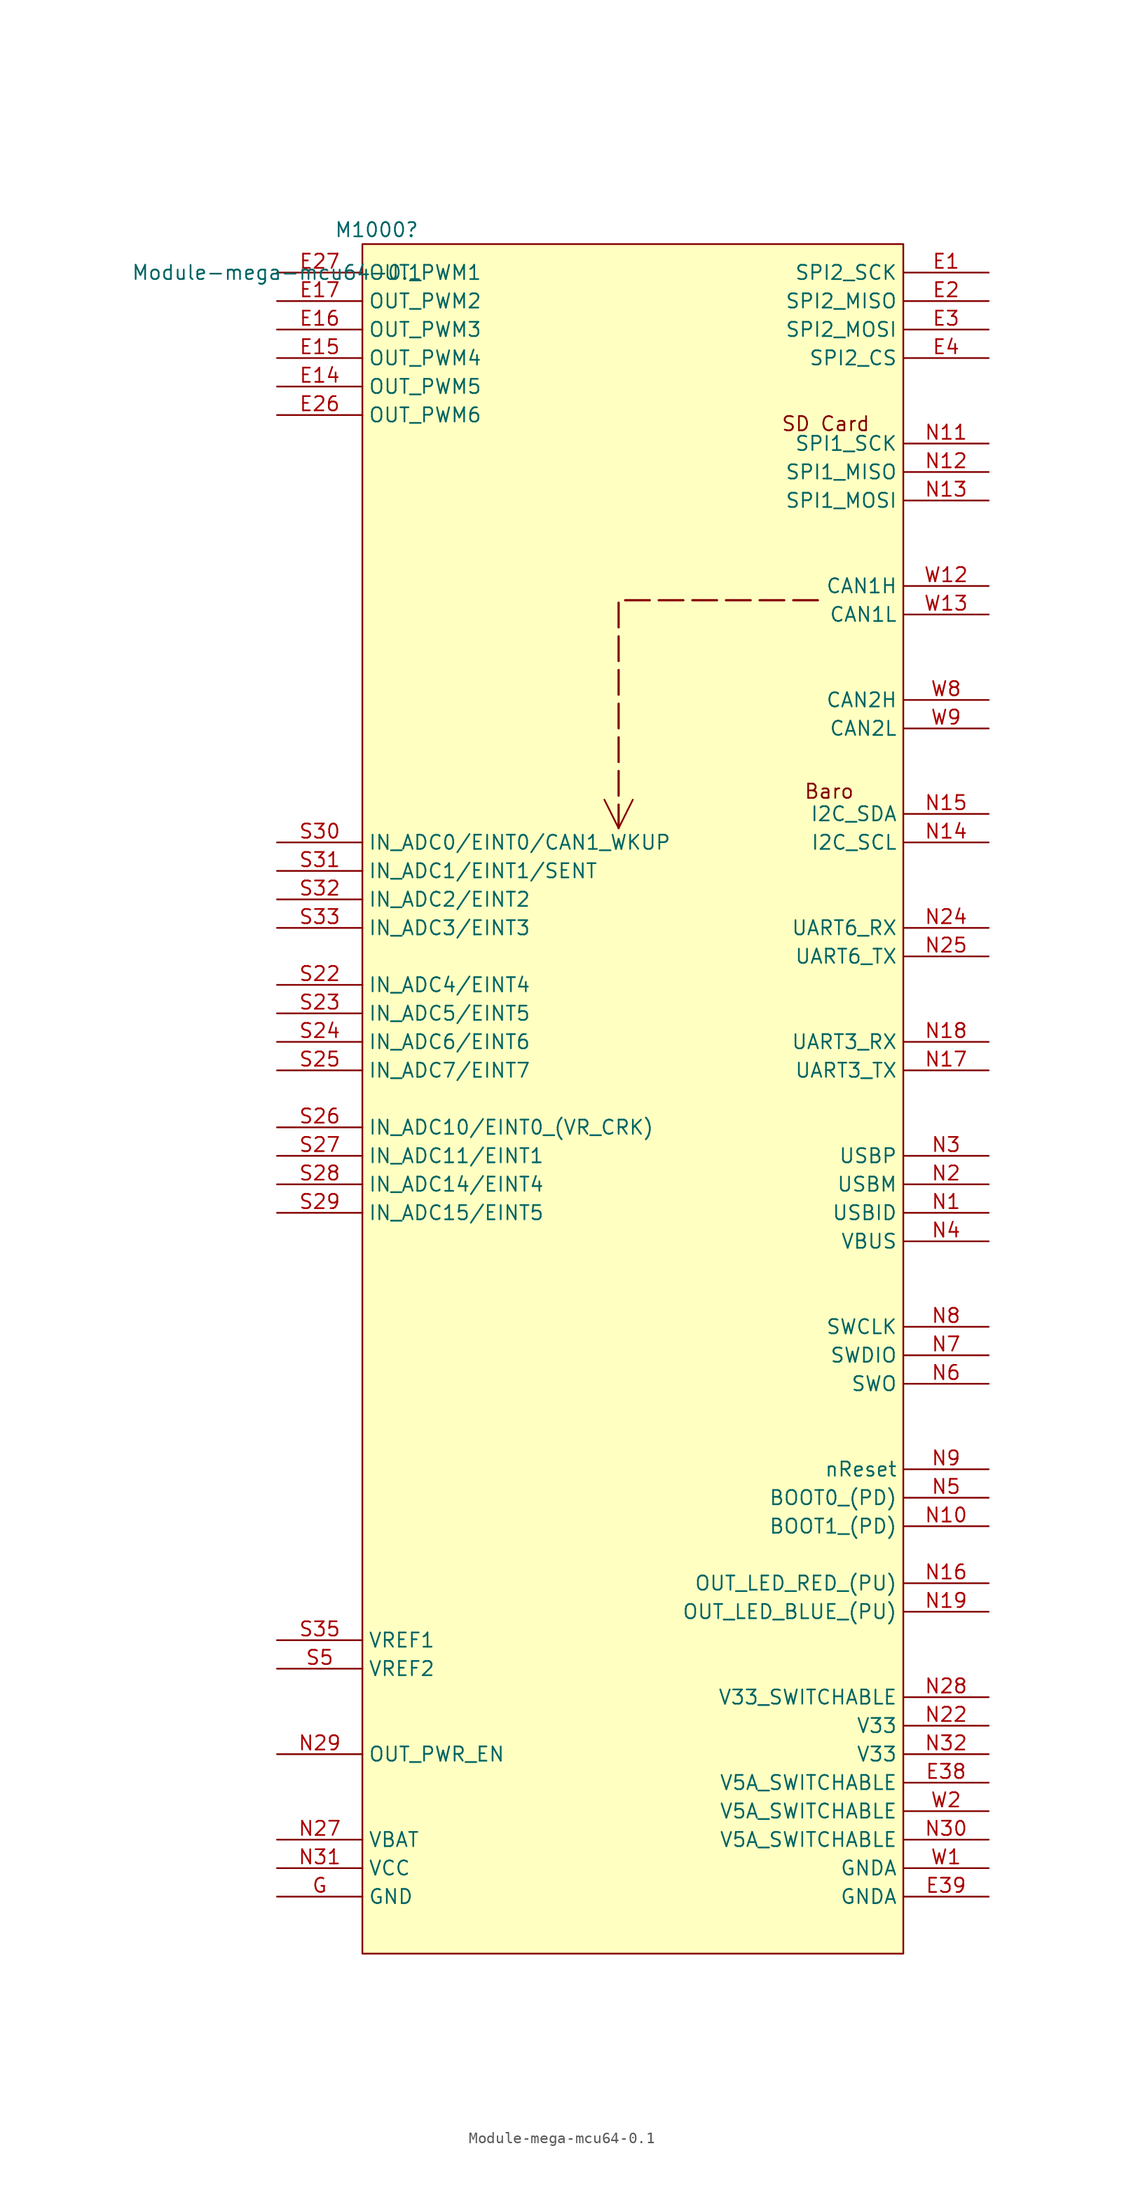
<source format=kicad_sym>
(kicad_symbol_lib
  (version 20220914)
  (generator kicad_symbol_editor)
  (symbol "Module-mega-mcu64-0.1"
    (property "Reference" "M1000"
      (at 8.89 3.81 0)
      (effects (font (size 1.27 1.27))))
    (property "Value" "Module-mega-mcu64-0.1"
      (at 0 0 0)
      (effects (font (size 1.27 1.27))))
    (symbol "Module-mega-mcu64-0.1_1_0"
      (rectangle (start 7.62 2.54) (end 55.88 -149.86) (stroke (width 0) (type solid)) (fill (type background)))
      (text "Baro" (at 46.99 -46.99 0) (effects (font (size 1.27 1.27)) (justify left bottom)))
      (text "SD Card" (at 44.958 -14.224 0) (effects (font (size 1.27 1.27)) (justify left bottom)))
      (pin passive line (at 63.5 0 180) (length 7.62) (name "SPI2_SCK" (effects (font (size 1.27 1.27)))) (number "E1" (effects (font (size 1.27 1.27)))))
      (pin passive line (at 0 -10.16 0) (length 7.62) (name "OUT_PWM5" (effects (font (size 1.27 1.27)))) (number "E14" (effects (font (size 1.27 1.27)))))
      (pin passive line (at 0 -7.62 0) (length 7.62) (name "OUT_PWM4" (effects (font (size 1.27 1.27)))) (number "E15" (effects (font (size 1.27 1.27)))))
      (pin passive line (at 0 -5.08 0) (length 7.62) (name "OUT_PWM3" (effects (font (size 1.27 1.27)))) (number "E16" (effects (font (size 1.27 1.27)))))
      (pin passive line (at 0 -2.54 0) (length 7.62) (name "OUT_PWM2" (effects (font (size 1.27 1.27)))) (number "E17" (effects (font (size 1.27 1.27)))))
      (pin passive line (at 63.5 -2.54 180) (length 7.62) (name "SPI2_MISO" (effects (font (size 1.27 1.27)))) (number "E2" (effects (font (size 1.27 1.27)))))
      (pin passive line (at 0 -12.7 0) (length 7.62) (name "OUT_PWM6" (effects (font (size 1.27 1.27)))) (number "E26" (effects (font (size 1.27 1.27)))))
      (pin passive line (at 0 0 0) (length 7.62) (name "OUT_PWM1" (effects (font (size 1.27 1.27)))) (number "E27" (effects (font (size 1.27 1.27)))))
      (pin passive line (at 63.5 -5.08 180) (length 7.62) (name "SPI2_MOSI" (effects (font (size 1.27 1.27)))) (number "E3" (effects (font (size 1.27 1.27)))))
      (pin passive line (at 63.5 -134.62 180) (length 7.62) (name "V5A_SWITCHABLE" (effects (font (size 1.27 1.27)))) (number "E38" (effects (font (size 1.27 1.27)))))
      (pin passive line (at 63.5 -144.78 180) (length 7.62) (name "GNDA" (effects (font (size 1.27 1.27)))) (number "E39" (effects (font (size 1.27 1.27)))))
      (pin passive line (at 63.5 -7.62 180) (length 7.62) (name "SPI2_CS" (effects (font (size 1.27 1.27)))) (number "E4" (effects (font (size 1.27 1.27)))))
      (pin passive line (at 0 -144.78 0) (length 7.62) (name "GND" (effects (font (size 1.27 1.27)))) (number "G" (effects (font (size 1.27 1.27)))))
      (pin passive line (at 63.5 -83.82 180) (length 7.62) (name "USBID" (effects (font (size 1.27 1.27)))) (number "N1" (effects (font (size 1.27 1.27)))))
      (pin passive line (at 63.5 -111.76 180) (length 7.62) (name "BOOT1_(PD)" (effects (font (size 1.27 1.27)))) (number "N10" (effects (font (size 1.27 1.27)))))
      (pin passive line (at 63.5 -15.24 180) (length 7.62) (name "SPI1_SCK" (effects (font (size 1.27 1.27)))) (number "N11" (effects (font (size 1.27 1.27)))))
      (pin passive line (at 63.5 -17.78 180) (length 7.62) (name "SPI1_MISO" (effects (font (size 1.27 1.27)))) (number "N12" (effects (font (size 1.27 1.27)))))
      (pin passive line (at 63.5 -20.32 180) (length 7.62) (name "SPI1_MOSI" (effects (font (size 1.27 1.27)))) (number "N13" (effects (font (size 1.27 1.27)))))
      (pin passive line (at 63.5 -50.8 180) (length 7.62) (name "I2C_SCL" (effects (font (size 1.27 1.27)))) (number "N14" (effects (font (size 1.27 1.27)))))
      (pin passive line (at 63.5 -48.26 180) (length 7.62) (name "I2C_SDA" (effects (font (size 1.27 1.27)))) (number "N15" (effects (font (size 1.27 1.27)))))
      (pin passive line (at 63.5 -116.84 180) (length 7.62) (name "OUT_LED_RED_(PU)" (effects (font (size 1.27 1.27)))) (number "N16" (effects (font (size 1.27 1.27)))))
      (pin passive line (at 63.5 -71.12 180) (length 7.62) (name "UART3_TX" (effects (font (size 1.27 1.27)))) (number "N17" (effects (font (size 1.27 1.27)))))
      (pin passive line (at 63.5 -68.58 180) (length 7.62) (name "UART3_RX" (effects (font (size 1.27 1.27)))) (number "N18" (effects (font (size 1.27 1.27)))))
      (pin passive line (at 63.5 -119.38 180) (length 7.62) (name "OUT_LED_BLUE_(PU)" (effects (font (size 1.27 1.27)))) (number "N19" (effects (font (size 1.27 1.27)))))
      (pin passive line (at 63.5 -81.28 180) (length 7.62) (name "USBM" (effects (font (size 1.27 1.27)))) (number "N2" (effects (font (size 1.27 1.27)))))
      (pin passive line (at 63.5 -129.54 180) (length 7.62) (name "V33" (effects (font (size 1.27 1.27)))) (number "N22" (effects (font (size 1.27 1.27)))))
      (pin passive line (at 63.5 -58.42 180) (length 7.62) (name "UART6_RX" (effects (font (size 1.27 1.27)))) (number "N24" (effects (font (size 1.27 1.27)))))
      (pin passive line (at 63.5 -60.96 180) (length 7.62) (name "UART6_TX" (effects (font (size 1.27 1.27)))) (number "N25" (effects (font (size 1.27 1.27)))))
      (pin passive line (at 0 -139.7 0) (length 7.62) (name "VBAT" (effects (font (size 1.27 1.27)))) (number "N27" (effects (font (size 1.27 1.27)))))
      (pin passive line (at 63.5 -127 180) (length 7.62) (name "V33_SWITCHABLE" (effects (font (size 1.27 1.27)))) (number "N28" (effects (font (size 1.27 1.27)))))
      (pin passive line (at 0 -132.08 0) (length 7.62) (name "OUT_PWR_EN" (effects (font (size 1.27 1.27)))) (number "N29" (effects (font (size 1.27 1.27)))))
      (pin passive line (at 63.5 -78.74 180) (length 7.62) (name "USBP" (effects (font (size 1.27 1.27)))) (number "N3" (effects (font (size 1.27 1.27)))))
      (pin passive line (at 63.5 -139.7 180) (length 7.62) (name "V5A_SWITCHABLE" (effects (font (size 1.27 1.27)))) (number "N30" (effects (font (size 1.27 1.27)))))
      (pin passive line (at 0 -142.24 0) (length 7.62) (name "VCC" (effects (font (size 1.27 1.27)))) (number "N31" (effects (font (size 1.27 1.27)))))
      (pin passive line (at 63.5 -132.08 180) (length 7.62) (name "V33" (effects (font (size 1.27 1.27)))) (number "N32" (effects (font (size 1.27 1.27)))))
      (pin passive line (at 63.5 -86.36 180) (length 7.62) (name "VBUS" (effects (font (size 1.27 1.27)))) (number "N4" (effects (font (size 1.27 1.27)))))
      (pin passive line (at 63.5 -109.22 180) (length 7.62) (name "BOOT0_(PD)" (effects (font (size 1.27 1.27)))) (number "N5" (effects (font (size 1.27 1.27)))))
      (pin passive line (at 63.5 -99.06 180) (length 7.62) (name "SWO" (effects (font (size 1.27 1.27)))) (number "N6" (effects (font (size 1.27 1.27)))))
      (pin passive line (at 63.5 -96.52 180) (length 7.62) (name "SWDIO" (effects (font (size 1.27 1.27)))) (number "N7" (effects (font (size 1.27 1.27)))))
      (pin passive line (at 63.5 -93.98 180) (length 7.62) (name "SWCLK" (effects (font (size 1.27 1.27)))) (number "N8" (effects (font (size 1.27 1.27)))))
      (pin passive line (at 63.5 -106.68 180) (length 7.62) (name "nReset" (effects (font (size 1.27 1.27)))) (number "N9" (effects (font (size 1.27 1.27)))))
      (pin passive line (at 0 -63.5 0) (length 7.62) (name "IN_ADC4/EINT4" (effects (font (size 1.27 1.27)))) (number "S22" (effects (font (size 1.27 1.27)))))
      (pin passive line (at 0 -66.04 0) (length 7.62) (name "IN_ADC5/EINT5" (effects (font (size 1.27 1.27)))) (number "S23" (effects (font (size 1.27 1.27)))))
      (pin passive line (at 0 -68.58 0) (length 7.62) (name "IN_ADC6/EINT6" (effects (font (size 1.27 1.27)))) (number "S24" (effects (font (size 1.27 1.27)))))
      (pin passive line (at 0 -71.12 0) (length 7.62) (name "IN_ADC7/EINT7" (effects (font (size 1.27 1.27)))) (number "S25" (effects (font (size 1.27 1.27)))))
      (pin passive line (at 0 -76.2 0) (length 7.62) (name "IN_ADC10/EINT0_(VR_CRK)" (effects (font (size 1.27 1.27)))) (number "S26" (effects (font (size 1.27 1.27)))))
      (pin passive line (at 0 -78.74 0) (length 7.62) (name "IN_ADC11/EINT1" (effects (font (size 1.27 1.27)))) (number "S27" (effects (font (size 1.27 1.27)))))
      (pin passive line (at 0 -81.28 0) (length 7.62) (name "IN_ADC14/EINT4" (effects (font (size 1.27 1.27)))) (number "S28" (effects (font (size 1.27 1.27)))))
      (pin passive line (at 0 -83.82 0) (length 7.62) (name "IN_ADC15/EINT5" (effects (font (size 1.27 1.27)))) (number "S29" (effects (font (size 1.27 1.27)))))
      (pin passive line (at 0 -50.8 0) (length 7.62) (name "IN_ADC0/EINT0/CAN1_WKUP" (effects (font (size 1.27 1.27)))) (number "S30" (effects (font (size 1.27 1.27)))))
      (pin passive line (at 0 -53.34 0) (length 7.62) (name "IN_ADC1/EINT1/SENT" (effects (font (size 1.27 1.27)))) (number "S31" (effects (font (size 1.27 1.27)))))
      (pin passive line (at 0 -55.88 0) (length 7.62) (name "IN_ADC2/EINT2" (effects (font (size 1.27 1.27)))) (number "S32" (effects (font (size 1.27 1.27)))))
      (pin passive line (at 0 -58.42 0) (length 7.62) (name "IN_ADC3/EINT3" (effects (font (size 1.27 1.27)))) (number "S33" (effects (font (size 1.27 1.27)))))
      (pin passive line (at 0 -121.92 0) (length 7.62) (name "VREF1" (effects (font (size 1.27 1.27)))) (number "S35" (effects (font (size 1.27 1.27)))))
      (pin passive line (at 0 -124.46 0) (length 7.62) (name "VREF2" (effects (font (size 1.27 1.27)))) (number "S5" (effects (font (size 1.27 1.27)))))
      (pin passive line (at 63.5 -142.24 180) (length 7.62) (name "GNDA" (effects (font (size 1.27 1.27)))) (number "W1" (effects (font (size 1.27 1.27)))))
      (pin passive line (at 63.5 -27.94 180) (length 7.62) (name "CAN1H" (effects (font (size 1.27 1.27)))) (number "W12" (effects (font (size 1.27 1.27)))))
      (pin passive line (at 63.5 -30.48 180) (length 7.62) (name "CAN1L" (effects (font (size 1.27 1.27)))) (number "W13" (effects (font (size 1.27 1.27)))))
      (pin passive line (at 63.5 -137.16 180) (length 7.62) (name "V5A_SWITCHABLE" (effects (font (size 1.27 1.27)))) (number "W2" (effects (font (size 1.27 1.27)))))
      (pin passive line (at 63.5 -38.1 180) (length 7.62) (name "CAN2H" (effects (font (size 1.27 1.27)))) (number "W8" (effects (font (size 1.27 1.27)))))
      (pin passive line (at 63.5 -40.64 180) (length 7.62) (name "CAN2L" (effects (font (size 1.27 1.27)))) (number "W9" (effects (font (size 1.27 1.27))))))
    (symbol "Module-mega-mcu64-0.1_1_1"
      (polyline (pts (xy 30.48 -49.53) (xy 29.21 -46.99)) (stroke (width 0) (type default)) (fill (type none)))
      (polyline (pts (xy 30.48 -49.53) (xy 31.75 -46.99)) (stroke (width 0) (type default)) (fill (type none)))
      (polyline (pts (xy 48.26 -29.21) (xy 30.48 -29.21) (xy 30.48 -49.53)) (stroke (width 0.2) (type dash)) (fill (type none))))))
</source>
